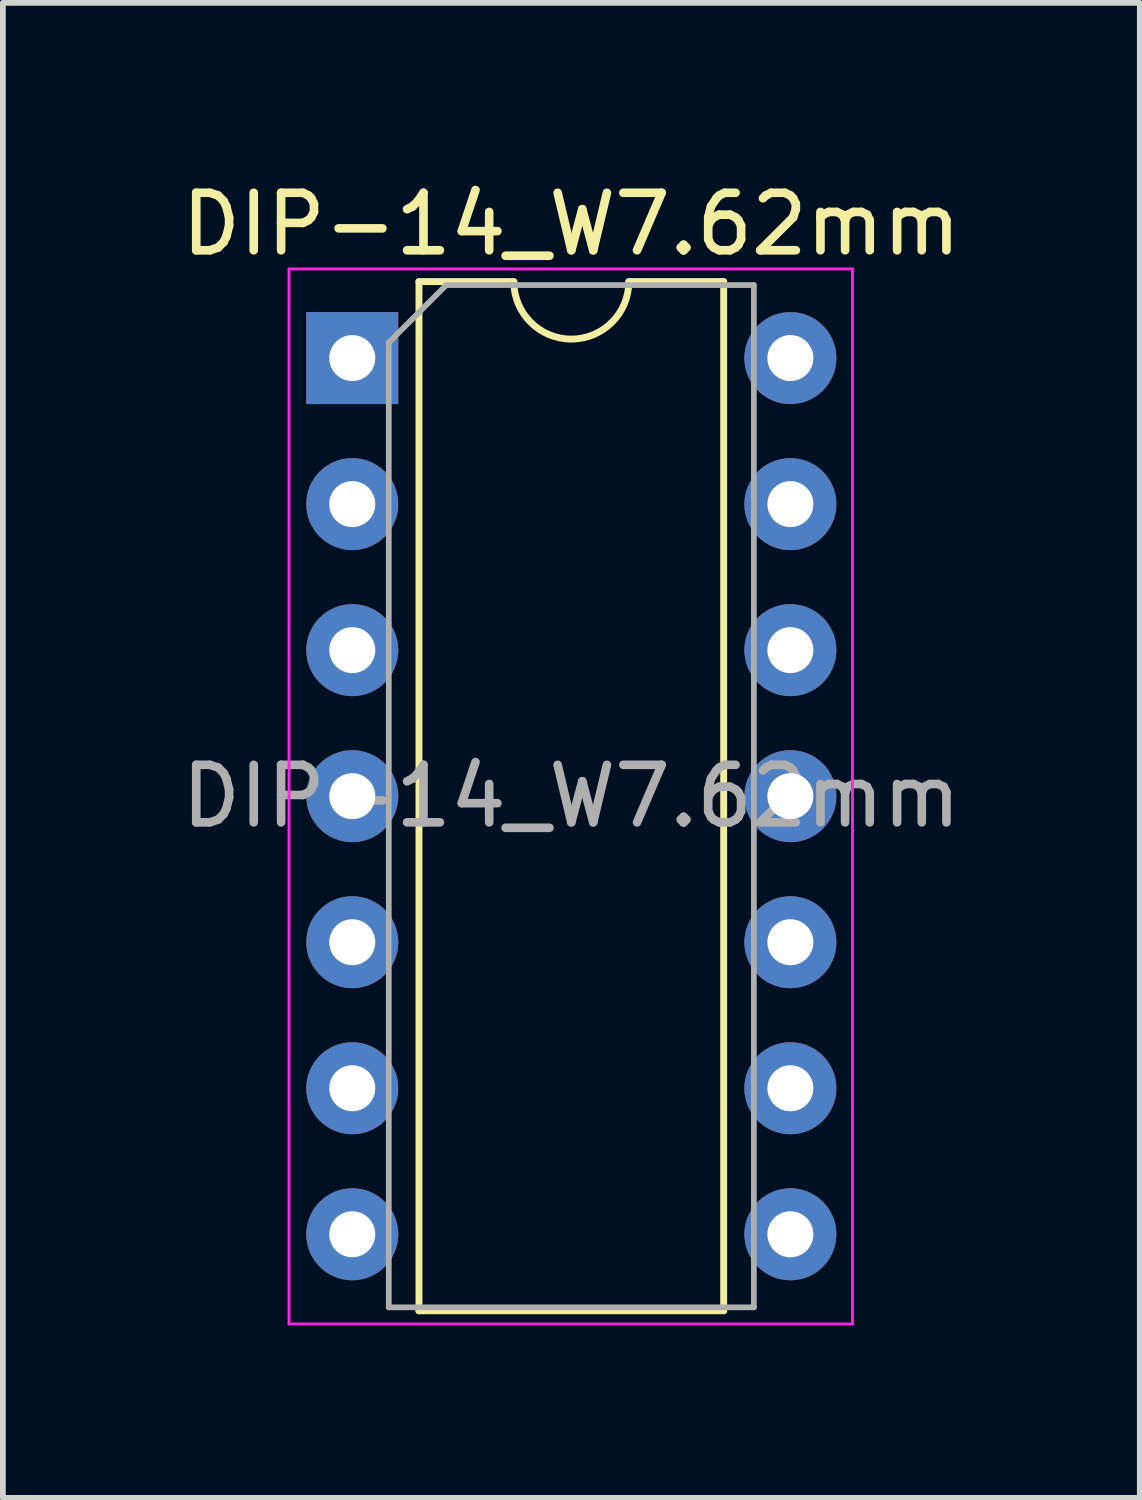
<source format=kicad_pcb>
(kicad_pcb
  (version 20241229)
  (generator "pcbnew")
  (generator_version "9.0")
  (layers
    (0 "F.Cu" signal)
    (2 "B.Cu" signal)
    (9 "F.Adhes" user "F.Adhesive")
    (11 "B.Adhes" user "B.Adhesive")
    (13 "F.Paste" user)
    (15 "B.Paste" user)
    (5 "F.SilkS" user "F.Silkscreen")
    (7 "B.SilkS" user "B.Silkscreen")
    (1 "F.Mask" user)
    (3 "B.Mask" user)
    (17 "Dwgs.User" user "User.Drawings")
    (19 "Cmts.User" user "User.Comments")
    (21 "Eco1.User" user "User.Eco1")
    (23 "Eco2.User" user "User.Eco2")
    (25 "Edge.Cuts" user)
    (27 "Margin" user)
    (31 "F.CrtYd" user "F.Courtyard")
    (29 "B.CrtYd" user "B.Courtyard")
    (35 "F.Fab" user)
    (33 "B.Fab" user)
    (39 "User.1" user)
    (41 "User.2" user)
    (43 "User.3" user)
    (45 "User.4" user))
  (footprint "DIP-14_W7.62mm"
    (layer "F.Cu")
    (at 3.077 3.178)
    (property "Reference" "DIP-14_W7.62mm" (at 3.81 -2.33 180) (layer "F.SilkS") (effects (font (size 1 1) (thickness 0.15))))
    (attr through_hole)
    (fp_line (start 1.16 -1.33) (end 1.16 16.57) (stroke (width 0.12) (type solid)) (layer "F.SilkS"))
    (fp_line (start 1.16 16.57) (end 6.46 16.57) (stroke (width 0.12) (type solid)) (layer "F.SilkS"))
    (fp_line (start 2.81 -1.33) (end 1.16 -1.33) (stroke (width 0.12) (type solid)) (layer "F.SilkS"))
    (fp_line (start 6.46 -1.33) (end 4.81 -1.33) (stroke (width 0.12) (type solid)) (layer "F.SilkS"))
    (fp_line (start 6.46 16.57) (end 6.46 -1.33) (stroke (width 0.12) (type solid)) (layer "F.SilkS"))
    (fp_arc (start 4.81 -1.33) (mid 3.81 -0.33) (end 2.81 -1.33) (stroke (width 0.12) (type solid)) (layer "F.SilkS"))
    (fp_line (start -1.1 -1.55) (end -1.1 16.8) (stroke (width 0.05) (type solid)) (layer "F.CrtYd"))
    (fp_line (start -1.1 16.8) (end 8.7 16.8) (stroke (width 0.05) (type solid)) (layer "F.CrtYd"))
    (fp_line (start 8.7 -1.55) (end -1.1 -1.55) (stroke (width 0.05) (type solid)) (layer "F.CrtYd"))
    (fp_line (start 8.7 16.8) (end 8.7 -1.55) (stroke (width 0.05) (type solid)) (layer "F.CrtYd"))
    (fp_line (start 0.635 -0.27) (end 1.635 -1.27) (stroke (width 0.1) (type solid)) (layer "F.Fab"))
    (fp_line (start 0.635 16.51) (end 0.635 -0.27) (stroke (width 0.1) (type solid)) (layer "F.Fab"))
    (fp_line (start 1.635 -1.27) (end 6.985 -1.27) (stroke (width 0.1) (type solid)) (layer "F.Fab"))
    (fp_line (start 6.985 -1.27) (end 6.985 16.51) (stroke (width 0.1) (type solid)) (layer "F.Fab"))
    (fp_line (start 6.985 16.51) (end 0.635 16.51) (stroke (width 0.1) (type solid)) (layer "F.Fab"))
    (fp_text user "${REFERENCE}" (at 3.81 7.62 180) (layer "F.Fab") (effects (font (size 1 1) (thickness 0.15))))
    (pad "1" thru_hole rect (at 0 0) (size 1.6 1.6) (drill 0.8) (layers "*.Cu" "*.Mask"))
    (pad "2" thru_hole oval (at 0 2.54) (size 1.6 1.6) (drill 0.8) (layers "*.Cu" "*.Mask"))
    (pad "3" thru_hole oval (at 0 5.08) (size 1.6 1.6) (drill 0.8) (layers "*.Cu" "*.Mask"))
    (pad "4" thru_hole oval (at 0 7.62) (size 1.6 1.6) (drill 0.8) (layers "*.Cu" "*.Mask"))
    (pad "5" thru_hole oval (at 0 10.16) (size 1.6 1.6) (drill 0.8) (layers "*.Cu" "*.Mask"))
    (pad "6" thru_hole oval (at 0 12.7) (size 1.6 1.6) (drill 0.8) (layers "*.Cu" "*.Mask"))
    (pad "7" thru_hole oval (at 0 15.24) (size 1.6 1.6) (drill 0.8) (layers "*.Cu" "*.Mask"))
    (pad "8" thru_hole oval (at 7.62 15.24) (size 1.6 1.6) (drill 0.8) (layers "*.Cu" "*.Mask"))
    (pad "9" thru_hole oval (at 7.62 12.7) (size 1.6 1.6) (drill 0.8) (layers "*.Cu" "*.Mask"))
    (pad "10" thru_hole oval (at 7.62 10.16) (size 1.6 1.6) (drill 0.8) (layers "*.Cu" "*.Mask"))
    (pad "11" thru_hole oval (at 7.62 7.62) (size 1.6 1.6) (drill 0.8) (layers "*.Cu" "*.Mask"))
    (pad "12" thru_hole oval (at 7.62 5.08) (size 1.6 1.6) (drill 0.8) (layers "*.Cu" "*.Mask"))
    (pad "13" thru_hole oval (at 7.62 2.54) (size 1.6 1.6) (drill 0.8) (layers "*.Cu" "*.Mask"))
    (pad "14" thru_hole oval (at 7.62 0) (size 1.6 1.6) (drill 0.8) (layers "*.Cu" "*.Mask")))
  (gr_rect
    (start -3 -3)
    (end 16.774 23.003)
    (stroke (width 0.1) (type default))
    (fill no)
    (layer "Edge.Cuts")))
</source>
